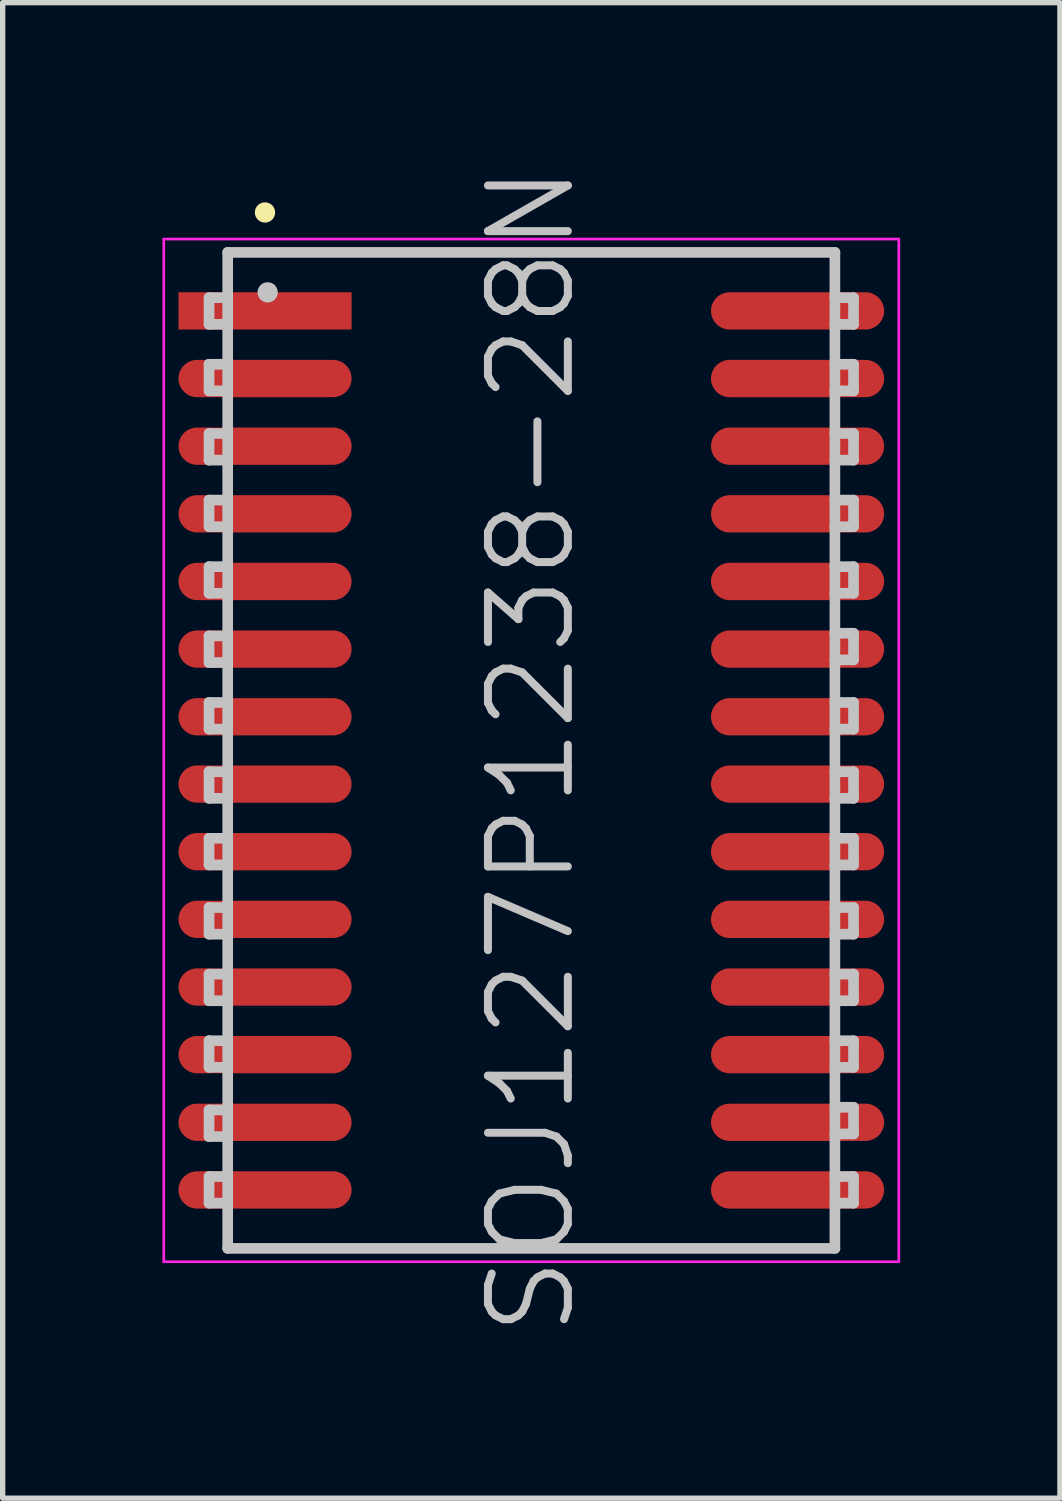
<source format=kicad_pcb>
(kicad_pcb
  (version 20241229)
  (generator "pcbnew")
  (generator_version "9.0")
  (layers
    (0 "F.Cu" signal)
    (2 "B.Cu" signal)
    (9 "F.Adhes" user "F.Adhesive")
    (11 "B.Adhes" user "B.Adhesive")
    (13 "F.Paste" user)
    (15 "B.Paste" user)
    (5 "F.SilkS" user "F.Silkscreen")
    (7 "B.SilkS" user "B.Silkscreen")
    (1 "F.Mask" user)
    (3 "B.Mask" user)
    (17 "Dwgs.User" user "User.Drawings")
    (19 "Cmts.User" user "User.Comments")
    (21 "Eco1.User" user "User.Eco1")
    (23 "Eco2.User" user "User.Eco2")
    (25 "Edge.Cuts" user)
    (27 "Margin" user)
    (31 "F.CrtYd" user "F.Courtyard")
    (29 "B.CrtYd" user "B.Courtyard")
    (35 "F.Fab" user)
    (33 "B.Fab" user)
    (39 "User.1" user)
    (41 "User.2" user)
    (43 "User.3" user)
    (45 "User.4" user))
  (footprint "SOJ127P1238-28N"
    (layer "F.Cu")
    (at 6.925 11.039)
    (property "Reference" "SOJ127P1238-28N" (at 0 0 90) (layer "Dwgs.User") (effects (font (size 1.5 1.5) (thickness 0.15))))
    (attr smd)
    (fp_line (start -5 -10.1) (end -5 -10.1) (stroke (width 0.381) (type solid)) (layer "F.SilkS"))
    (fp_line (start -6.05 -8.5) (end -6.05 -8) (stroke (width 0.2) (type solid)) (layer "Dwgs.User"))
    (fp_line (start -6.05 -8) (end -5.7 -8) (stroke (width 0.2) (type solid)) (layer "Dwgs.User"))
    (fp_line (start -6.05 -7.25) (end -6.05 -6.75) (stroke (width 0.2) (type solid)) (layer "Dwgs.User"))
    (fp_line (start -6.05 -6.75) (end -5.7 -6.75) (stroke (width 0.2) (type solid)) (layer "Dwgs.User"))
    (fp_line (start -6.05 -5.95) (end -6.05 -5.45) (stroke (width 0.2) (type solid)) (layer "Dwgs.User"))
    (fp_line (start -6.05 -5.45) (end -5.7 -5.45) (stroke (width 0.2) (type solid)) (layer "Dwgs.User"))
    (fp_line (start -6.05 -4.7) (end -6.05 -4.2) (stroke (width 0.2) (type solid)) (layer "Dwgs.User"))
    (fp_line (start -6.05 -4.2) (end -5.7 -4.2) (stroke (width 0.2) (type solid)) (layer "Dwgs.User"))
    (fp_line (start -6.05 -3.45) (end -6.05 -2.95) (stroke (width 0.2) (type solid)) (layer "Dwgs.User"))
    (fp_line (start -6.05 -2.95) (end -5.7 -2.95) (stroke (width 0.2) (type solid)) (layer "Dwgs.User"))
    (fp_line (start -6.05 -2.15) (end -6.05 -1.65) (stroke (width 0.2) (type solid)) (layer "Dwgs.User"))
    (fp_line (start -6.05 -1.65) (end -5.7 -1.65) (stroke (width 0.2) (type solid)) (layer "Dwgs.User"))
    (fp_line (start -6.05 -0.9) (end -6.05 -0.4) (stroke (width 0.2) (type solid)) (layer "Dwgs.User"))
    (fp_line (start -6.05 -0.4) (end -5.7 -0.4) (stroke (width 0.2) (type solid)) (layer "Dwgs.User"))
    (fp_line (start -6.05 0.4) (end -6.05 0.9) (stroke (width 0.2) (type solid)) (layer "Dwgs.User"))
    (fp_line (start -6.05 0.9) (end -5.7 0.9) (stroke (width 0.2) (type solid)) (layer "Dwgs.User"))
    (fp_line (start -6.05 1.65) (end -6.05 2.15) (stroke (width 0.2) (type solid)) (layer "Dwgs.User"))
    (fp_line (start -6.05 2.15) (end -5.7 2.15) (stroke (width 0.2) (type solid)) (layer "Dwgs.User"))
    (fp_line (start -6.05 2.95) (end -6.05 3.45) (stroke (width 0.2) (type solid)) (layer "Dwgs.User"))
    (fp_line (start -6.05 3.45) (end -5.7 3.45) (stroke (width 0.2) (type solid)) (layer "Dwgs.User"))
    (fp_line (start -6.05 4.2) (end -6.05 4.7) (stroke (width 0.2) (type solid)) (layer "Dwgs.User"))
    (fp_line (start -6.05 4.7) (end -5.7 4.7) (stroke (width 0.2) (type solid)) (layer "Dwgs.User"))
    (fp_line (start -6.05 5.45) (end -6.05 5.95) (stroke (width 0.2) (type solid)) (layer "Dwgs.User"))
    (fp_line (start -6.05 5.95) (end -5.7 5.95) (stroke (width 0.2) (type solid)) (layer "Dwgs.User"))
    (fp_line (start -6.05 6.75) (end -6.05 7.25) (stroke (width 0.2) (type solid)) (layer "Dwgs.User"))
    (fp_line (start -6.05 7.25) (end -5.7 7.25) (stroke (width 0.2) (type solid)) (layer "Dwgs.User"))
    (fp_line (start -6.05 8) (end -6.05 8.5) (stroke (width 0.2) (type solid)) (layer "Dwgs.User"))
    (fp_line (start -6.05 8.5) (end -5.7 8.5) (stroke (width 0.2) (type solid)) (layer "Dwgs.User"))
    (fp_line (start -5.7 -9.35) (end -5.7 9.35) (stroke (width 0.2) (type solid)) (layer "Dwgs.User"))
    (fp_line (start -5.7 -9.35) (end 5.7 -9.35) (stroke (width 0.2) (type solid)) (layer "Dwgs.User"))
    (fp_line (start -5.7 -8.5) (end -6.05 -8.5) (stroke (width 0.2) (type solid)) (layer "Dwgs.User"))
    (fp_line (start -5.7 -7.25) (end -6.05 -7.25) (stroke (width 0.2) (type solid)) (layer "Dwgs.User"))
    (fp_line (start -5.7 -5.95) (end -6.05 -5.95) (stroke (width 0.2) (type solid)) (layer "Dwgs.User"))
    (fp_line (start -5.7 -4.7) (end -6.05 -4.7) (stroke (width 0.2) (type solid)) (layer "Dwgs.User"))
    (fp_line (start -5.7 -3.45) (end -6.05 -3.45) (stroke (width 0.2) (type solid)) (layer "Dwgs.User"))
    (fp_line (start -5.7 -2.15) (end -6.05 -2.15) (stroke (width 0.2) (type solid)) (layer "Dwgs.User"))
    (fp_line (start -5.7 -0.9) (end -6.05 -0.9) (stroke (width 0.2) (type solid)) (layer "Dwgs.User"))
    (fp_line (start -5.7 0.4) (end -6.05 0.4) (stroke (width 0.2) (type solid)) (layer "Dwgs.User"))
    (fp_line (start -5.7 1.65) (end -6.05 1.65) (stroke (width 0.2) (type solid)) (layer "Dwgs.User"))
    (fp_line (start -5.7 2.95) (end -6.05 2.95) (stroke (width 0.2) (type solid)) (layer "Dwgs.User"))
    (fp_line (start -5.7 4.2) (end -6.05 4.2) (stroke (width 0.2) (type solid)) (layer "Dwgs.User"))
    (fp_line (start -5.7 5.45) (end -6.05 5.45) (stroke (width 0.2) (type solid)) (layer "Dwgs.User"))
    (fp_line (start -5.7 6.75) (end -6.05 6.75) (stroke (width 0.2) (type solid)) (layer "Dwgs.User"))
    (fp_line (start -5.7 8) (end -6.05 8) (stroke (width 0.2) (type solid)) (layer "Dwgs.User"))
    (fp_line (start -5.7 9.35) (end 5.7 9.35) (stroke (width 0.2) (type solid)) (layer "Dwgs.User"))
    (fp_line (start -4.95 -8.6) (end -4.95 -8.6) (stroke (width 0.381) (type solid)) (layer "Dwgs.User"))
    (fp_line (start 5.7 -9.35) (end 5.7 9.35) (stroke (width 0.2) (type solid)) (layer "Dwgs.User"))
    (fp_line (start 5.7 -8.5) (end 6.05 -8.5) (stroke (width 0.2) (type solid)) (layer "Dwgs.User"))
    (fp_line (start 5.7 -7.25) (end 6.05 -7.25) (stroke (width 0.2) (type solid)) (layer "Dwgs.User"))
    (fp_line (start 5.7 -5.95) (end 6.05 -5.95) (stroke (width 0.2) (type solid)) (layer "Dwgs.User"))
    (fp_line (start 5.7 -4.7) (end 6.05 -4.7) (stroke (width 0.2) (type solid)) (layer "Dwgs.User"))
    (fp_line (start 5.7 -3.45) (end 6.05 -3.45) (stroke (width 0.2) (type solid)) (layer "Dwgs.User"))
    (fp_line (start 5.7 -2.2) (end 6.05 -2.2) (stroke (width 0.2) (type solid)) (layer "Dwgs.User"))
    (fp_line (start 5.7 -0.9) (end 6.05 -0.9) (stroke (width 0.2) (type solid)) (layer "Dwgs.User"))
    (fp_line (start 5.7 0.4) (end 6.05 0.4) (stroke (width 0.2) (type solid)) (layer "Dwgs.User"))
    (fp_line (start 5.7 1.65) (end 6.05 1.65) (stroke (width 0.2) (type solid)) (layer "Dwgs.User"))
    (fp_line (start 5.7 2.95) (end 6.05 2.95) (stroke (width 0.2) (type solid)) (layer "Dwgs.User"))
    (fp_line (start 5.7 4.2) (end 6.05 4.2) (stroke (width 0.2) (type solid)) (layer "Dwgs.User"))
    (fp_line (start 5.7 5.45) (end 6.05 5.45) (stroke (width 0.2) (type solid)) (layer "Dwgs.User"))
    (fp_line (start 5.7 6.7) (end 6.05 6.7) (stroke (width 0.2) (type solid)) (layer "Dwgs.User"))
    (fp_line (start 5.7 8) (end 6.05 8) (stroke (width 0.2) (type solid)) (layer "Dwgs.User"))
    (fp_line (start 6.05 -8.5) (end 6.05 -8) (stroke (width 0.2) (type solid)) (layer "Dwgs.User"))
    (fp_line (start 6.05 -8) (end 5.7 -8) (stroke (width 0.2) (type solid)) (layer "Dwgs.User"))
    (fp_line (start 6.05 -7.25) (end 6.05 -6.75) (stroke (width 0.2) (type solid)) (layer "Dwgs.User"))
    (fp_line (start 6.05 -6.75) (end 5.7 -6.75) (stroke (width 0.2) (type solid)) (layer "Dwgs.User"))
    (fp_line (start 6.05 -5.95) (end 6.05 -5.45) (stroke (width 0.2) (type solid)) (layer "Dwgs.User"))
    (fp_line (start 6.05 -5.45) (end 5.7 -5.45) (stroke (width 0.2) (type solid)) (layer "Dwgs.User"))
    (fp_line (start 6.05 -4.7) (end 6.05 -4.2) (stroke (width 0.2) (type solid)) (layer "Dwgs.User"))
    (fp_line (start 6.05 -4.2) (end 5.7 -4.2) (stroke (width 0.2) (type solid)) (layer "Dwgs.User"))
    (fp_line (start 6.05 -3.45) (end 6.05 -2.95) (stroke (width 0.2) (type solid)) (layer "Dwgs.User"))
    (fp_line (start 6.05 -2.95) (end 5.7 -2.95) (stroke (width 0.2) (type solid)) (layer "Dwgs.User"))
    (fp_line (start 6.05 -2.2) (end 6.05 -1.7) (stroke (width 0.2) (type solid)) (layer "Dwgs.User"))
    (fp_line (start 6.05 -1.7) (end 5.7 -1.7) (stroke (width 0.2) (type solid)) (layer "Dwgs.User"))
    (fp_line (start 6.05 -0.9) (end 6.05 -0.4) (stroke (width 0.2) (type solid)) (layer "Dwgs.User"))
    (fp_line (start 6.05 -0.4) (end 5.7 -0.4) (stroke (width 0.2) (type solid)) (layer "Dwgs.User"))
    (fp_line (start 6.05 0.4) (end 6.05 0.9) (stroke (width 0.2) (type solid)) (layer "Dwgs.User"))
    (fp_line (start 6.05 0.9) (end 5.7 0.9) (stroke (width 0.2) (type solid)) (layer "Dwgs.User"))
    (fp_line (start 6.05 1.65) (end 6.05 2.15) (stroke (width 0.2) (type solid)) (layer "Dwgs.User"))
    (fp_line (start 6.05 2.15) (end 5.7 2.15) (stroke (width 0.2) (type solid)) (layer "Dwgs.User"))
    (fp_line (start 6.05 2.95) (end 6.05 3.45) (stroke (width 0.2) (type solid)) (layer "Dwgs.User"))
    (fp_line (start 6.05 3.45) (end 5.7 3.45) (stroke (width 0.2) (type solid)) (layer "Dwgs.User"))
    (fp_line (start 6.05 4.2) (end 6.05 4.7) (stroke (width 0.2) (type solid)) (layer "Dwgs.User"))
    (fp_line (start 6.05 4.7) (end 5.7 4.7) (stroke (width 0.2) (type solid)) (layer "Dwgs.User"))
    (fp_line (start 6.05 5.45) (end 6.05 5.95) (stroke (width 0.2) (type solid)) (layer "Dwgs.User"))
    (fp_line (start 6.05 5.95) (end 5.7 5.95) (stroke (width 0.2) (type solid)) (layer "Dwgs.User"))
    (fp_line (start 6.05 6.7) (end 6.05 7.2) (stroke (width 0.2) (type solid)) (layer "Dwgs.User"))
    (fp_line (start 6.05 7.2) (end 5.7 7.2) (stroke (width 0.2) (type solid)) (layer "Dwgs.User"))
    (fp_line (start 6.05 8) (end 6.05 8.5) (stroke (width 0.2) (type solid)) (layer "Dwgs.User"))
    (fp_line (start 6.05 8.5) (end 5.7 8.5) (stroke (width 0.2) (type solid)) (layer "Dwgs.User"))
    (fp_line (start -6.9 -9.6) (end -6.9 9.6) (stroke (width 0.05) (type solid)) (layer "F.CrtYd"))
    (fp_line (start -6.9 -9.6) (end 6.9 -9.6) (stroke (width 0.05) (type solid)) (layer "F.CrtYd"))
    (fp_line (start -6.9 9.6) (end 6.9 9.6) (stroke (width 0.05) (type solid)) (layer "F.CrtYd"))
    (fp_line (start 6.9 -9.6) (end 6.9 9.6) (stroke (width 0.05) (type solid)) (layer "F.CrtYd"))
    (pad "1" smd rect (at -4.999 -8.252 90) (size 0.7 3.25) (layers "F.Cu" "F.Mask" "F.Paste"))
    (pad "2" smd oval (at -4.999 -6.982 90) (size 0.7 3.25) (layers "F.Cu" "F.Mask" "F.Paste"))
    (pad "3" smd oval (at -4.999 -5.712 90) (size 0.7 3.25) (layers "F.Cu" "F.Mask" "F.Paste"))
    (pad "4" smd oval (at -4.999 -4.442 90) (size 0.7 3.25) (layers "F.Cu" "F.Mask" "F.Paste"))
    (pad "5" smd oval (at -4.999 -3.172 90) (size 0.7 3.25) (layers "F.Cu" "F.Mask" "F.Paste"))
    (pad "6" smd oval (at -4.999 -1.902 90) (size 0.7 3.25) (layers "F.Cu" "F.Mask" "F.Paste"))
    (pad "7" smd oval (at -4.999 -0.632 90) (size 0.7 3.25) (layers "F.Cu" "F.Mask" "F.Paste"))
    (pad "8" smd oval (at -4.999 0.632 90) (size 0.7 3.25) (layers "F.Cu" "F.Mask" "F.Paste"))
    (pad "9" smd oval (at -4.999 1.902 90) (size 0.7 3.25) (layers "F.Cu" "F.Mask" "F.Paste"))
    (pad "10" smd oval (at -4.999 3.172 90) (size 0.7 3.25) (layers "F.Cu" "F.Mask" "F.Paste"))
    (pad "11" smd oval (at -4.999 4.442 90) (size 0.7 3.25) (layers "F.Cu" "F.Mask" "F.Paste"))
    (pad "12" smd oval (at -4.999 5.712 90) (size 0.7 3.25) (layers "F.Cu" "F.Mask" "F.Paste"))
    (pad "13" smd oval (at -4.999 6.982 90) (size 0.7 3.25) (layers "F.Cu" "F.Mask" "F.Paste"))
    (pad "14" smd oval (at -4.999 8.252 90) (size 0.7 3.25) (layers "F.Cu" "F.Mask" "F.Paste"))
    (pad "15" smd oval (at 4.999 8.252 270) (size 0.7 3.25) (layers "F.Cu" "F.Mask" "F.Paste"))
    (pad "16" smd oval (at 4.999 6.982 270) (size 0.7 3.25) (layers "F.Cu" "F.Mask" "F.Paste"))
    (pad "17" smd oval (at 4.999 5.712 270) (size 0.7 3.25) (layers "F.Cu" "F.Mask" "F.Paste"))
    (pad "18" smd oval (at 4.999 4.442 270) (size 0.7 3.25) (layers "F.Cu" "F.Mask" "F.Paste"))
    (pad "19" smd oval (at 4.999 3.172 270) (size 0.7 3.25) (layers "F.Cu" "F.Mask" "F.Paste"))
    (pad "20" smd oval (at 4.999 1.902 270) (size 0.7 3.25) (layers "F.Cu" "F.Mask" "F.Paste"))
    (pad "21" smd oval (at 4.999 0.632 270) (size 0.7 3.25) (layers "F.Cu" "F.Mask" "F.Paste"))
    (pad "22" smd oval (at 4.999 -0.632 270) (size 0.7 3.25) (layers "F.Cu" "F.Mask" "F.Paste"))
    (pad "23" smd oval (at 4.999 -1.902 270) (size 0.7 3.25) (layers "F.Cu" "F.Mask" "F.Paste"))
    (pad "24" smd oval (at 4.999 -3.172 270) (size 0.7 3.25) (layers "F.Cu" "F.Mask" "F.Paste"))
    (pad "25" smd oval (at 4.999 -4.442 270) (size 0.7 3.25) (layers "F.Cu" "F.Mask" "F.Paste"))
    (pad "26" smd oval (at 4.999 -5.712 270) (size 0.7 3.25) (layers "F.Cu" "F.Mask" "F.Paste"))
    (pad "27" smd oval (at 4.999 -6.982 270) (size 0.7 3.25) (layers "F.Cu" "F.Mask" "F.Paste"))
    (pad "28" smd oval (at 4.999 -8.252 270) (size 0.7 3.25) (layers "F.Cu" "F.Mask" "F.Paste")))
  (gr_rect
    (start -3 -3)
    (end 16.85 25.079)
    (stroke (width 0.1) (type default))
    (fill no)
    (layer "Edge.Cuts")))
</source>
